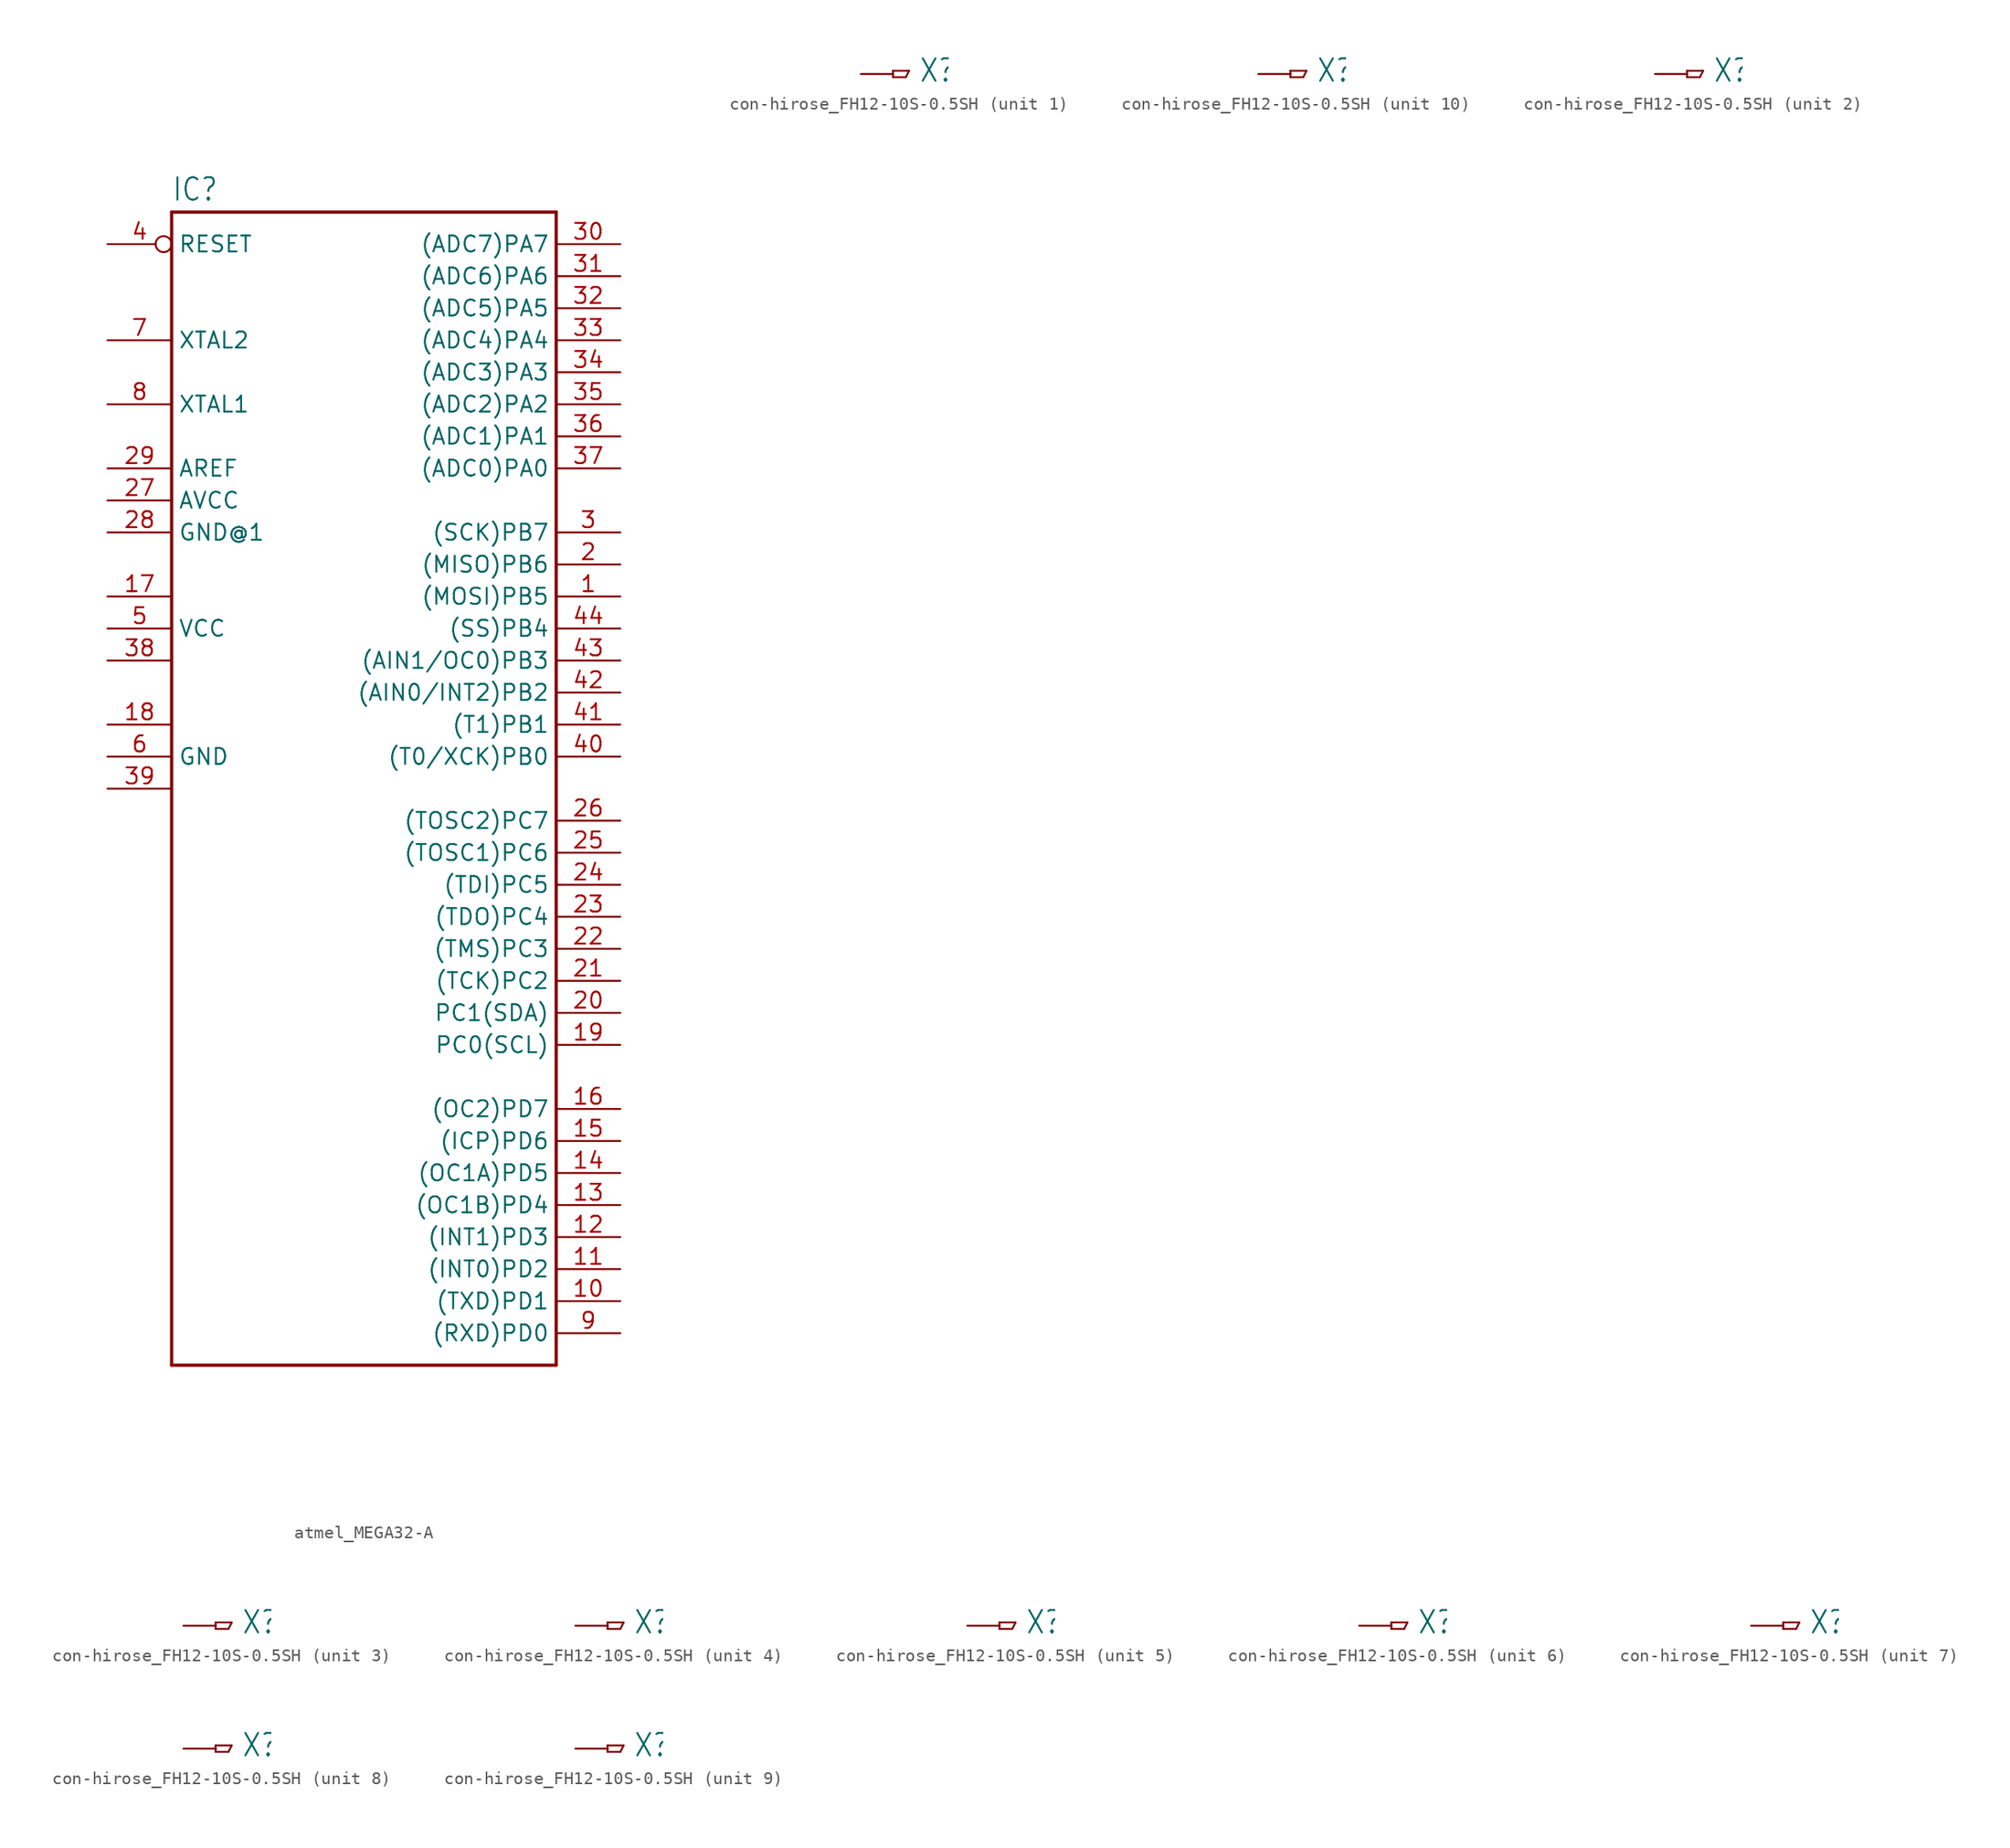
<source format=kicad_sym>
(kicad_symbol_lib
  (version 20231120)
  (generator "kicad_symbol_editor")
  (generator_version "8.0")
  (symbol "atmel_MEGA32-A"
    (property "Reference" "IC"
      (at -15.24 46.482 0)
      (effects (font (size 1.778 1.511)) (justify left bottom)))
    (property "Value" ""
      (at -15.24 -48.26 0)
      (effects (font (size 1.778 1.511)) (justify left bottom)))
    (property "ki_locked" ""
      (at 0 0 0)
      (effects (font (size 1.27 1.27))))
    (symbol "atmel_MEGA32-A_1_0"
      (polyline (pts (xy -15.24 -45.72) (xy -15.24 45.72)) (stroke (width 0.254) (type solid)) (fill (type none)))
      (polyline (pts (xy -15.24 45.72) (xy 15.24 45.72)) (stroke (width 0.254) (type solid)) (fill (type none)))
      (polyline (pts (xy 15.24 -45.72) (xy -15.24 -45.72)) (stroke (width 0.254) (type solid)) (fill (type none)))
      (polyline (pts (xy 15.24 45.72) (xy 15.24 -45.72)) (stroke (width 0.254) (type solid)) (fill (type none)))
      (pin bidirectional line (at 20.32 15.24 180) (length 5.08) (name "(MOSI)PB5" (effects (font (size 1.27 1.27)))) (number "1" (effects (font (size 1.27 1.27)))))
      (pin bidirectional line (at 20.32 -40.64 180) (length 5.08) (name "(TXD)PD1" (effects (font (size 1.27 1.27)))) (number "10" (effects (font (size 1.27 1.27)))))
      (pin bidirectional line (at 20.32 -38.1 180) (length 5.08) (name "(INT0)PD2" (effects (font (size 1.27 1.27)))) (number "11" (effects (font (size 1.27 1.27)))))
      (pin bidirectional line (at 20.32 -35.56 180) (length 5.08) (name "(INT1)PD3" (effects (font (size 1.27 1.27)))) (number "12" (effects (font (size 1.27 1.27)))))
      (pin bidirectional line (at 20.32 -33.02 180) (length 5.08) (name "(OC1B)PD4" (effects (font (size 1.27 1.27)))) (number "13" (effects (font (size 1.27 1.27)))))
      (pin bidirectional line (at 20.32 -30.48 180) (length 5.08) (name "(OC1A)PD5" (effects (font (size 1.27 1.27)))) (number "14" (effects (font (size 1.27 1.27)))))
      (pin bidirectional line (at 20.32 -27.94 180) (length 5.08) (name "(ICP)PD6" (effects (font (size 1.27 1.27)))) (number "15" (effects (font (size 1.27 1.27)))))
      (pin bidirectional line (at 20.32 -25.4 180) (length 5.08) (name "(OC2)PD7" (effects (font (size 1.27 1.27)))) (number "16" (effects (font (size 1.27 1.27)))))
      (pin power_in line (at -20.32 15.24 0) (length 5.08) (name "VCC1" (effects (font (size 0 0)))) (number "17" (effects (font (size 1.27 1.27)))))
      (pin power_in line (at -20.32 5.08 0) (length 5.08) (name "GND1" (effects (font (size 0 0)))) (number "18" (effects (font (size 1.27 1.27)))))
      (pin bidirectional line (at 20.32 -20.32 180) (length 5.08) (name "PC0(SCL)" (effects (font (size 1.27 1.27)))) (number "19" (effects (font (size 1.27 1.27)))))
      (pin bidirectional line (at 20.32 17.78 180) (length 5.08) (name "(MISO)PB6" (effects (font (size 1.27 1.27)))) (number "2" (effects (font (size 1.27 1.27)))))
      (pin bidirectional line (at 20.32 -17.78 180) (length 5.08) (name "PC1(SDA)" (effects (font (size 1.27 1.27)))) (number "20" (effects (font (size 1.27 1.27)))))
      (pin bidirectional line (at 20.32 -15.24 180) (length 5.08) (name "(TCK)PC2" (effects (font (size 1.27 1.27)))) (number "21" (effects (font (size 1.27 1.27)))))
      (pin bidirectional line (at 20.32 -12.7 180) (length 5.08) (name "(TMS)PC3" (effects (font (size 1.27 1.27)))) (number "22" (effects (font (size 1.27 1.27)))))
      (pin bidirectional line (at 20.32 -10.16 180) (length 5.08) (name "(TDO)PC4" (effects (font (size 1.27 1.27)))) (number "23" (effects (font (size 1.27 1.27)))))
      (pin bidirectional line (at 20.32 -7.62 180) (length 5.08) (name "(TDI)PC5" (effects (font (size 1.27 1.27)))) (number "24" (effects (font (size 1.27 1.27)))))
      (pin bidirectional line (at 20.32 -5.08 180) (length 5.08) (name "(TOSC1)PC6" (effects (font (size 1.27 1.27)))) (number "25" (effects (font (size 1.27 1.27)))))
      (pin bidirectional line (at 20.32 -2.54 180) (length 5.08) (name "(TOSC2)PC7" (effects (font (size 1.27 1.27)))) (number "26" (effects (font (size 1.27 1.27)))))
      (pin power_in line (at -20.32 22.86 0) (length 5.08) (name "AVCC" (effects (font (size 1.27 1.27)))) (number "27" (effects (font (size 1.27 1.27)))))
      (pin power_in line (at -20.32 20.32 0) (length 5.08) (name "GND@1" (effects (font (size 1.27 1.27)))) (number "28" (effects (font (size 1.27 1.27)))))
      (pin passive line (at -20.32 25.4 0) (length 5.08) (name "AREF" (effects (font (size 1.27 1.27)))) (number "29" (effects (font (size 1.27 1.27)))))
      (pin bidirectional line (at 20.32 20.32 180) (length 5.08) (name "(SCK)PB7" (effects (font (size 1.27 1.27)))) (number "3" (effects (font (size 1.27 1.27)))))
      (pin bidirectional line (at 20.32 43.18 180) (length 5.08) (name "(ADC7)PA7" (effects (font (size 1.27 1.27)))) (number "30" (effects (font (size 1.27 1.27)))))
      (pin bidirectional line (at 20.32 40.64 180) (length 5.08) (name "(ADC6)PA6" (effects (font (size 1.27 1.27)))) (number "31" (effects (font (size 1.27 1.27)))))
      (pin bidirectional line (at 20.32 38.1 180) (length 5.08) (name "(ADC5)PA5" (effects (font (size 1.27 1.27)))) (number "32" (effects (font (size 1.27 1.27)))))
      (pin bidirectional line (at 20.32 35.56 180) (length 5.08) (name "(ADC4)PA4" (effects (font (size 1.27 1.27)))) (number "33" (effects (font (size 1.27 1.27)))))
      (pin bidirectional line (at 20.32 33.02 180) (length 5.08) (name "(ADC3)PA3" (effects (font (size 1.27 1.27)))) (number "34" (effects (font (size 1.27 1.27)))))
      (pin bidirectional line (at 20.32 30.48 180) (length 5.08) (name "(ADC2)PA2" (effects (font (size 1.27 1.27)))) (number "35" (effects (font (size 1.27 1.27)))))
      (pin bidirectional line (at 20.32 27.94 180) (length 5.08) (name "(ADC1)PA1" (effects (font (size 1.27 1.27)))) (number "36" (effects (font (size 1.27 1.27)))))
      (pin bidirectional line (at 20.32 25.4 180) (length 5.08) (name "(ADC0)PA0" (effects (font (size 1.27 1.27)))) (number "37" (effects (font (size 1.27 1.27)))))
      (pin power_in line (at -20.32 10.16 0) (length 5.08) (name "VCC2" (effects (font (size 0 0)))) (number "38" (effects (font (size 1.27 1.27)))))
      (pin power_in line (at -20.32 0 0) (length 5.08) (name "GND2" (effects (font (size 0 0)))) (number "39" (effects (font (size 1.27 1.27)))))
      (pin input inverted (at -20.32 43.18 0) (length 5.08) (name "RESET" (effects (font (size 1.27 1.27)))) (number "4" (effects (font (size 1.27 1.27)))))
      (pin bidirectional line (at 20.32 2.54 180) (length 5.08) (name "(T0/XCK)PB0" (effects (font (size 1.27 1.27)))) (number "40" (effects (font (size 1.27 1.27)))))
      (pin bidirectional line (at 20.32 5.08 180) (length 5.08) (name "(T1)PB1" (effects (font (size 1.27 1.27)))) (number "41" (effects (font (size 1.27 1.27)))))
      (pin bidirectional line (at 20.32 7.62 180) (length 5.08) (name "(AIN0/INT2)PB2" (effects (font (size 1.27 1.27)))) (number "42" (effects (font (size 1.27 1.27)))))
      (pin bidirectional line (at 20.32 10.16 180) (length 5.08) (name "(AIN1/OC0)PB3" (effects (font (size 1.27 1.27)))) (number "43" (effects (font (size 1.27 1.27)))))
      (pin bidirectional line (at 20.32 12.7 180) (length 5.08) (name "(SS)PB4" (effects (font (size 1.27 1.27)))) (number "44" (effects (font (size 1.27 1.27)))))
      (pin power_in line (at -20.32 12.7 0) (length 5.08) (name "VCC" (effects (font (size 1.27 1.27)))) (number "5" (effects (font (size 1.27 1.27)))))
      (pin power_in line (at -20.32 2.54 0) (length 5.08) (name "GND" (effects (font (size 1.27 1.27)))) (number "6" (effects (font (size 1.27 1.27)))))
      (pin bidirectional line (at -20.32 35.56 0) (length 5.08) (name "XTAL2" (effects (font (size 1.27 1.27)))) (number "7" (effects (font (size 1.27 1.27)))))
      (pin bidirectional line (at -20.32 30.48 0) (length 5.08) (name "XTAL1" (effects (font (size 1.27 1.27)))) (number "8" (effects (font (size 1.27 1.27)))))
      (pin bidirectional line (at 20.32 -43.18 180) (length 5.08) (name "(RXD)PD0" (effects (font (size 1.27 1.27)))) (number "9" (effects (font (size 1.27 1.27)))))))
  (symbol "con-hirose_FH12-10S-0.5SH"
    (property "Reference" "X"
      (at 2.032 -0.762 0)
      (effects (font (size 1.778 1.511)) (justify left bottom)))
    (property "ki_locked" ""
      (at 0 0 0)
      (effects (font (size 1.27 1.27))))
    (symbol "con-hirose_FH12-10S-0.5SH_1_0"
      (polyline (pts (xy 0 -0.254) (xy 1.016 -0.254)) (stroke (width 0.152) (type solid)) (fill (type none)))
      (polyline (pts (xy 0 0.254) (xy 0 -0.254)) (stroke (width 0.152) (type solid)) (fill (type none)))
      (polyline (pts (xy 1.016 -0.254) (xy 1.27 0.254)) (stroke (width 0.152) (type solid)) (fill (type none)))
      (polyline (pts (xy 1.27 0.254) (xy 0 0.254)) (stroke (width 0.152) (type solid)) (fill (type none)))
      (pin passive line (at -2.54 0 0) (length 2.54) (name "1" (effects (font (size 0 0)))) (number "1" (effects (font (size 0 0))))))
    (symbol "con-hirose_FH12-10S-0.5SH_2_0"
      (polyline (pts (xy 0 -0.254) (xy 1.016 -0.254)) (stroke (width 0.152) (type solid)) (fill (type none)))
      (polyline (pts (xy 0 0.254) (xy 0 -0.254)) (stroke (width 0.152) (type solid)) (fill (type none)))
      (polyline (pts (xy 1.016 -0.254) (xy 1.27 0.254)) (stroke (width 0.152) (type solid)) (fill (type none)))
      (polyline (pts (xy 1.27 0.254) (xy 0 0.254)) (stroke (width 0.152) (type solid)) (fill (type none)))
      (pin passive line (at -2.54 0 0) (length 2.54) (name "1" (effects (font (size 0 0)))) (number "2" (effects (font (size 0 0))))))
    (symbol "con-hirose_FH12-10S-0.5SH_3_0"
      (polyline (pts (xy 0 -0.254) (xy 1.016 -0.254)) (stroke (width 0.152) (type solid)) (fill (type none)))
      (polyline (pts (xy 0 0.254) (xy 0 -0.254)) (stroke (width 0.152) (type solid)) (fill (type none)))
      (polyline (pts (xy 1.016 -0.254) (xy 1.27 0.254)) (stroke (width 0.152) (type solid)) (fill (type none)))
      (polyline (pts (xy 1.27 0.254) (xy 0 0.254)) (stroke (width 0.152) (type solid)) (fill (type none)))
      (pin passive line (at -2.54 0 0) (length 2.54) (name "1" (effects (font (size 0 0)))) (number "3" (effects (font (size 0 0))))))
    (symbol "con-hirose_FH12-10S-0.5SH_4_0"
      (polyline (pts (xy 0 -0.254) (xy 1.016 -0.254)) (stroke (width 0.152) (type solid)) (fill (type none)))
      (polyline (pts (xy 0 0.254) (xy 0 -0.254)) (stroke (width 0.152) (type solid)) (fill (type none)))
      (polyline (pts (xy 1.016 -0.254) (xy 1.27 0.254)) (stroke (width 0.152) (type solid)) (fill (type none)))
      (polyline (pts (xy 1.27 0.254) (xy 0 0.254)) (stroke (width 0.152) (type solid)) (fill (type none)))
      (pin passive line (at -2.54 0 0) (length 2.54) (name "1" (effects (font (size 0 0)))) (number "4" (effects (font (size 0 0))))))
    (symbol "con-hirose_FH12-10S-0.5SH_5_0"
      (polyline (pts (xy 0 -0.254) (xy 1.016 -0.254)) (stroke (width 0.152) (type solid)) (fill (type none)))
      (polyline (pts (xy 0 0.254) (xy 0 -0.254)) (stroke (width 0.152) (type solid)) (fill (type none)))
      (polyline (pts (xy 1.016 -0.254) (xy 1.27 0.254)) (stroke (width 0.152) (type solid)) (fill (type none)))
      (polyline (pts (xy 1.27 0.254) (xy 0 0.254)) (stroke (width 0.152) (type solid)) (fill (type none)))
      (pin passive line (at -2.54 0 0) (length 2.54) (name "1" (effects (font (size 0 0)))) (number "5" (effects (font (size 0 0))))))
    (symbol "con-hirose_FH12-10S-0.5SH_6_0"
      (polyline (pts (xy 0 -0.254) (xy 1.016 -0.254)) (stroke (width 0.152) (type solid)) (fill (type none)))
      (polyline (pts (xy 0 0.254) (xy 0 -0.254)) (stroke (width 0.152) (type solid)) (fill (type none)))
      (polyline (pts (xy 1.016 -0.254) (xy 1.27 0.254)) (stroke (width 0.152) (type solid)) (fill (type none)))
      (polyline (pts (xy 1.27 0.254) (xy 0 0.254)) (stroke (width 0.152) (type solid)) (fill (type none)))
      (pin passive line (at -2.54 0 0) (length 2.54) (name "1" (effects (font (size 0 0)))) (number "6" (effects (font (size 0 0))))))
    (symbol "con-hirose_FH12-10S-0.5SH_7_0"
      (polyline (pts (xy 0 -0.254) (xy 1.016 -0.254)) (stroke (width 0.152) (type solid)) (fill (type none)))
      (polyline (pts (xy 0 0.254) (xy 0 -0.254)) (stroke (width 0.152) (type solid)) (fill (type none)))
      (polyline (pts (xy 1.016 -0.254) (xy 1.27 0.254)) (stroke (width 0.152) (type solid)) (fill (type none)))
      (polyline (pts (xy 1.27 0.254) (xy 0 0.254)) (stroke (width 0.152) (type solid)) (fill (type none)))
      (pin passive line (at -2.54 0 0) (length 2.54) (name "1" (effects (font (size 0 0)))) (number "7" (effects (font (size 0 0))))))
    (symbol "con-hirose_FH12-10S-0.5SH_8_0"
      (polyline (pts (xy 0 -0.254) (xy 1.016 -0.254)) (stroke (width 0.152) (type solid)) (fill (type none)))
      (polyline (pts (xy 0 0.254) (xy 0 -0.254)) (stroke (width 0.152) (type solid)) (fill (type none)))
      (polyline (pts (xy 1.016 -0.254) (xy 1.27 0.254)) (stroke (width 0.152) (type solid)) (fill (type none)))
      (polyline (pts (xy 1.27 0.254) (xy 0 0.254)) (stroke (width 0.152) (type solid)) (fill (type none)))
      (pin passive line (at -2.54 0 0) (length 2.54) (name "1" (effects (font (size 0 0)))) (number "8" (effects (font (size 0 0))))))
    (symbol "con-hirose_FH12-10S-0.5SH_9_0"
      (polyline (pts (xy 0 -0.254) (xy 1.016 -0.254)) (stroke (width 0.152) (type solid)) (fill (type none)))
      (polyline (pts (xy 0 0.254) (xy 0 -0.254)) (stroke (width 0.152) (type solid)) (fill (type none)))
      (polyline (pts (xy 1.016 -0.254) (xy 1.27 0.254)) (stroke (width 0.152) (type solid)) (fill (type none)))
      (polyline (pts (xy 1.27 0.254) (xy 0 0.254)) (stroke (width 0.152) (type solid)) (fill (type none)))
      (pin passive line (at -2.54 0 0) (length 2.54) (name "1" (effects (font (size 0 0)))) (number "9" (effects (font (size 0 0))))))
    (symbol "con-hirose_FH12-10S-0.5SH_10_0"
      (polyline (pts (xy 0 -0.254) (xy 1.016 -0.254)) (stroke (width 0.152) (type solid)) (fill (type none)))
      (polyline (pts (xy 0 0.254) (xy 0 -0.254)) (stroke (width 0.152) (type solid)) (fill (type none)))
      (polyline (pts (xy 1.016 -0.254) (xy 1.27 0.254)) (stroke (width 0.152) (type solid)) (fill (type none)))
      (polyline (pts (xy 1.27 0.254) (xy 0 0.254)) (stroke (width 0.152) (type solid)) (fill (type none)))
      (pin passive line (at -2.54 0 0) (length 2.54) (name "1" (effects (font (size 0 0)))) (number "10" (effects (font (size 0 0))))))))
</source>
